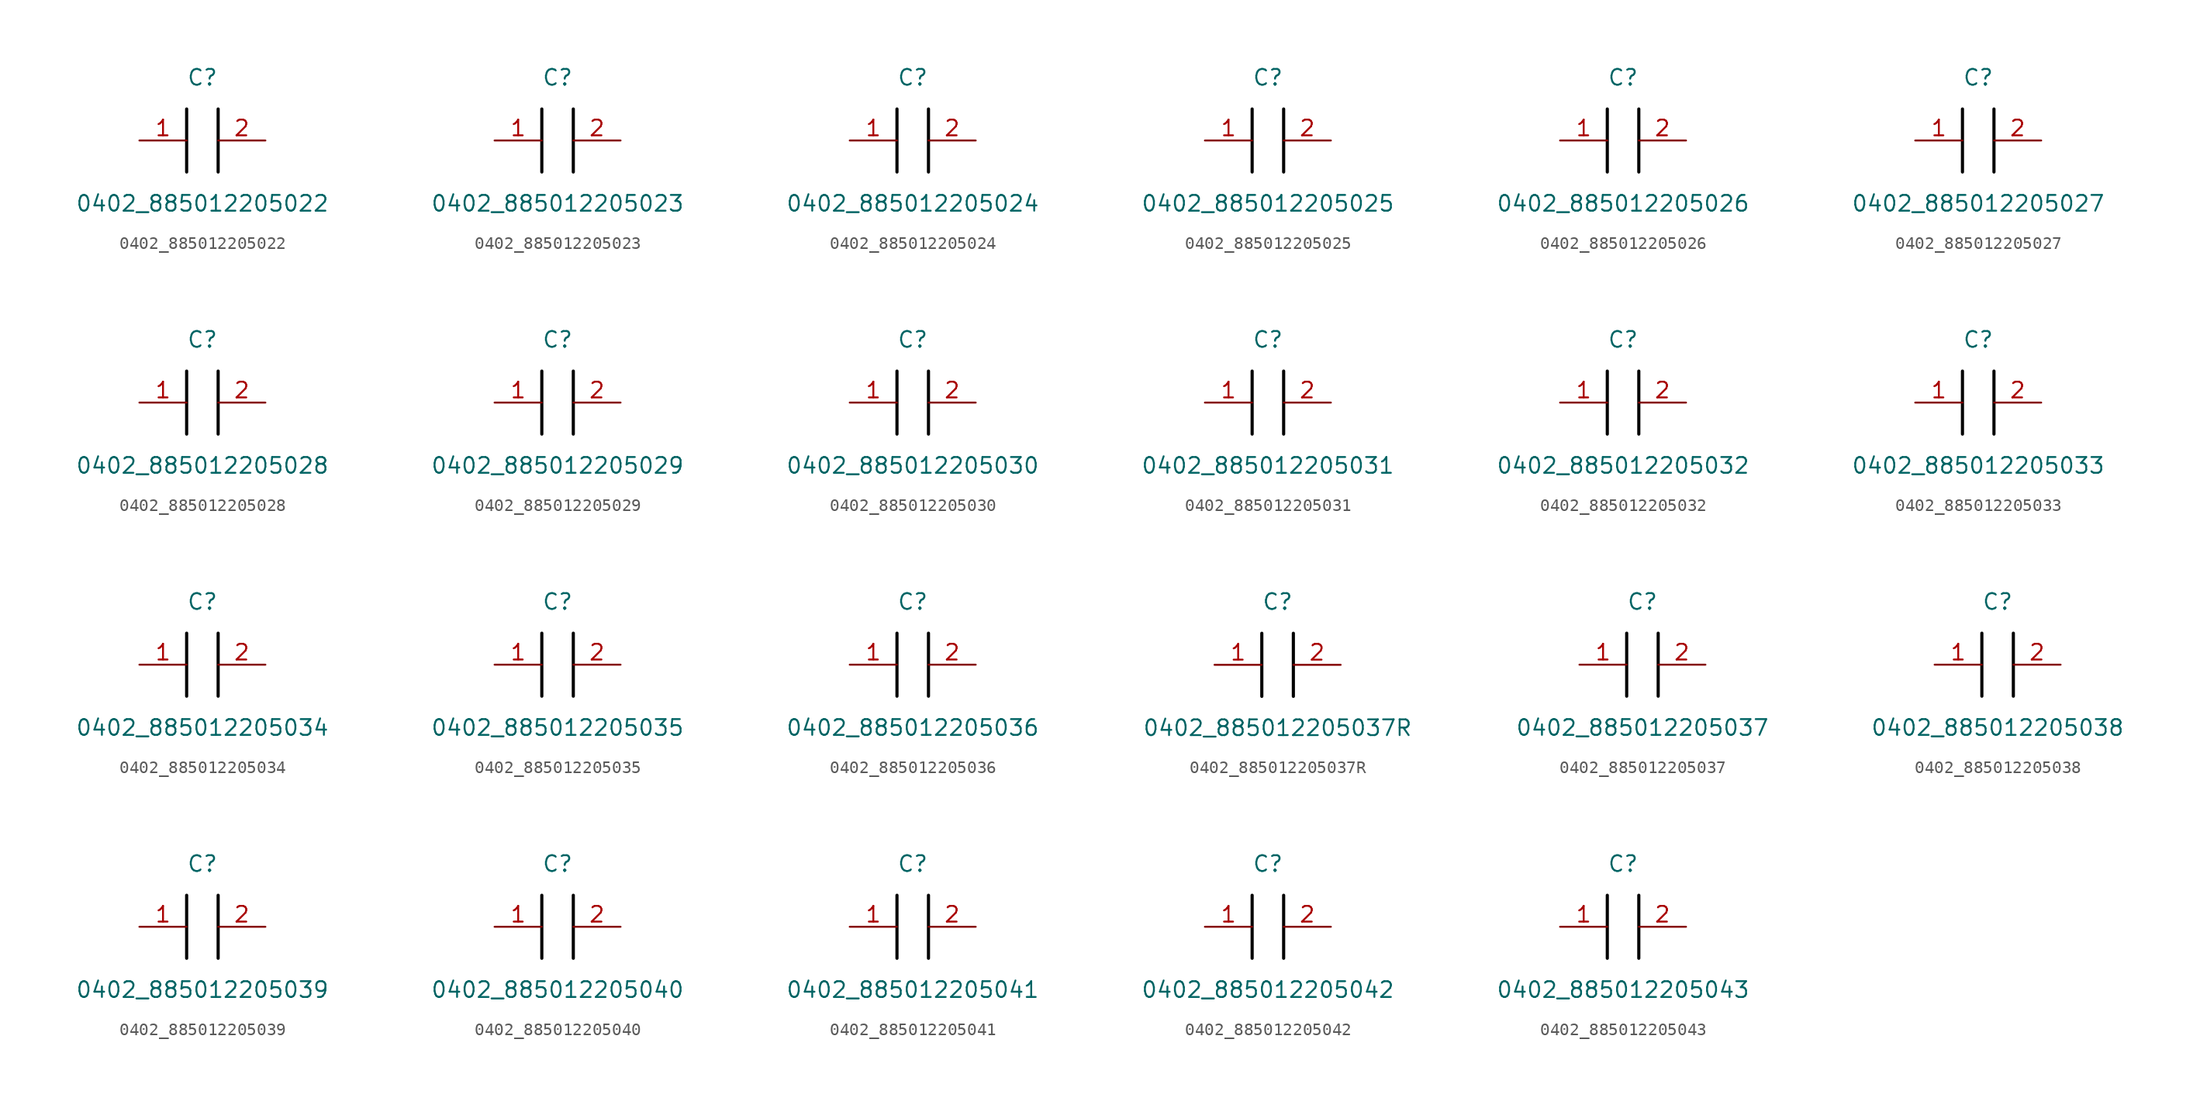
<source format=kicad_sym>
(kicad_symbol_lib
  (version 20220914)
  (generator kicad_symbol_editor)
  (symbol "0402_885012205022"
    (pin_names hide)
    (property "Reference" "C"
      (at 0 5.08 0)
      (effects (font (size 1.27 1.27))))
    (property "Value" "0402_885012205022"
      (at 0 -5.08 0)
      (effects (font (size 1.27 1.27))))
    (symbol "0402_885012205022_1_1"
      (polyline (pts (xy -1.27 2.54) (xy -1.27 -2.54)) (stroke (width 0.254) (type default) (color 0 0 0 1)) (fill (type none)))
      (polyline (pts (xy 1.27 2.54) (xy 1.27 -2.54)) (stroke (width 0.254) (type default) (color 0 0 0 1)) (fill (type none)))
      (pin passive line (at -5.08 0 0) (length 3.81) (name "1" (effects (font (size 1.27 1.27)))) (number "1" (effects (font (size 1.27 1.27)))))
      (pin passive line (at 5.08 0 180) (length 3.81) (name "2" (effects (font (size 1.27 1.27)))) (number "2" (effects (font (size 1.27 1.27)))))))
  (symbol "0402_885012205023"
    (pin_names hide)
    (property "Reference" "C"
      (at 0 5.08 0)
      (effects (font (size 1.27 1.27))))
    (property "Value" "0402_885012205023"
      (at 0 -5.08 0)
      (effects (font (size 1.27 1.27))))
    (symbol "0402_885012205023_1_1"
      (polyline (pts (xy -1.27 2.54) (xy -1.27 -2.54)) (stroke (width 0.254) (type default) (color 0 0 0 1)) (fill (type none)))
      (polyline (pts (xy 1.27 2.54) (xy 1.27 -2.54)) (stroke (width 0.254) (type default) (color 0 0 0 1)) (fill (type none)))
      (pin passive line (at -5.08 0 0) (length 3.81) (name "1" (effects (font (size 1.27 1.27)))) (number "1" (effects (font (size 1.27 1.27)))))
      (pin passive line (at 5.08 0 180) (length 3.81) (name "2" (effects (font (size 1.27 1.27)))) (number "2" (effects (font (size 1.27 1.27)))))))
  (symbol "0402_885012205024"
    (pin_names hide)
    (property "Reference" "C"
      (at 0 5.08 0)
      (effects (font (size 1.27 1.27))))
    (property "Value" "0402_885012205024"
      (at 0 -5.08 0)
      (effects (font (size 1.27 1.27))))
    (symbol "0402_885012205024_1_1"
      (polyline (pts (xy -1.27 2.54) (xy -1.27 -2.54)) (stroke (width 0.254) (type default) (color 0 0 0 1)) (fill (type none)))
      (polyline (pts (xy 1.27 2.54) (xy 1.27 -2.54)) (stroke (width 0.254) (type default) (color 0 0 0 1)) (fill (type none)))
      (pin passive line (at -5.08 0 0) (length 3.81) (name "1" (effects (font (size 1.27 1.27)))) (number "1" (effects (font (size 1.27 1.27)))))
      (pin passive line (at 5.08 0 180) (length 3.81) (name "2" (effects (font (size 1.27 1.27)))) (number "2" (effects (font (size 1.27 1.27)))))))
  (symbol "0402_885012205025"
    (pin_names hide)
    (property "Reference" "C"
      (at 0 5.08 0)
      (effects (font (size 1.27 1.27))))
    (property "Value" "0402_885012205025"
      (at 0 -5.08 0)
      (effects (font (size 1.27 1.27))))
    (symbol "0402_885012205025_1_1"
      (polyline (pts (xy -1.27 2.54) (xy -1.27 -2.54)) (stroke (width 0.254) (type default) (color 0 0 0 1)) (fill (type none)))
      (polyline (pts (xy 1.27 2.54) (xy 1.27 -2.54)) (stroke (width 0.254) (type default) (color 0 0 0 1)) (fill (type none)))
      (pin passive line (at -5.08 0 0) (length 3.81) (name "1" (effects (font (size 1.27 1.27)))) (number "1" (effects (font (size 1.27 1.27)))))
      (pin passive line (at 5.08 0 180) (length 3.81) (name "2" (effects (font (size 1.27 1.27)))) (number "2" (effects (font (size 1.27 1.27)))))))
  (symbol "0402_885012205026"
    (pin_names hide)
    (property "Reference" "C"
      (at 0 5.08 0)
      (effects (font (size 1.27 1.27))))
    (property "Value" "0402_885012205026"
      (at 0 -5.08 0)
      (effects (font (size 1.27 1.27))))
    (symbol "0402_885012205026_1_1"
      (polyline (pts (xy -1.27 2.54) (xy -1.27 -2.54)) (stroke (width 0.254) (type default) (color 0 0 0 1)) (fill (type none)))
      (polyline (pts (xy 1.27 2.54) (xy 1.27 -2.54)) (stroke (width 0.254) (type default) (color 0 0 0 1)) (fill (type none)))
      (pin passive line (at -5.08 0 0) (length 3.81) (name "1" (effects (font (size 1.27 1.27)))) (number "1" (effects (font (size 1.27 1.27)))))
      (pin passive line (at 5.08 0 180) (length 3.81) (name "2" (effects (font (size 1.27 1.27)))) (number "2" (effects (font (size 1.27 1.27)))))))
  (symbol "0402_885012205027"
    (pin_names hide)
    (property "Reference" "C"
      (at 0 5.08 0)
      (effects (font (size 1.27 1.27))))
    (property "Value" "0402_885012205027"
      (at 0 -5.08 0)
      (effects (font (size 1.27 1.27))))
    (symbol "0402_885012205027_1_1"
      (polyline (pts (xy -1.27 2.54) (xy -1.27 -2.54)) (stroke (width 0.254) (type default) (color 0 0 0 1)) (fill (type none)))
      (polyline (pts (xy 1.27 2.54) (xy 1.27 -2.54)) (stroke (width 0.254) (type default) (color 0 0 0 1)) (fill (type none)))
      (pin passive line (at -5.08 0 0) (length 3.81) (name "1" (effects (font (size 1.27 1.27)))) (number "1" (effects (font (size 1.27 1.27)))))
      (pin passive line (at 5.08 0 180) (length 3.81) (name "2" (effects (font (size 1.27 1.27)))) (number "2" (effects (font (size 1.27 1.27)))))))
  (symbol "0402_885012205028"
    (pin_names hide)
    (property "Reference" "C"
      (at 0 5.08 0)
      (effects (font (size 1.27 1.27))))
    (property "Value" "0402_885012205028"
      (at 0 -5.08 0)
      (effects (font (size 1.27 1.27))))
    (symbol "0402_885012205028_1_1"
      (polyline (pts (xy -1.27 2.54) (xy -1.27 -2.54)) (stroke (width 0.254) (type default) (color 0 0 0 1)) (fill (type none)))
      (polyline (pts (xy 1.27 2.54) (xy 1.27 -2.54)) (stroke (width 0.254) (type default) (color 0 0 0 1)) (fill (type none)))
      (pin passive line (at -5.08 0 0) (length 3.81) (name "1" (effects (font (size 1.27 1.27)))) (number "1" (effects (font (size 1.27 1.27)))))
      (pin passive line (at 5.08 0 180) (length 3.81) (name "2" (effects (font (size 1.27 1.27)))) (number "2" (effects (font (size 1.27 1.27)))))))
  (symbol "0402_885012205029"
    (pin_names hide)
    (property "Reference" "C"
      (at 0 5.08 0)
      (effects (font (size 1.27 1.27))))
    (property "Value" "0402_885012205029"
      (at 0 -5.08 0)
      (effects (font (size 1.27 1.27))))
    (symbol "0402_885012205029_1_1"
      (polyline (pts (xy -1.27 2.54) (xy -1.27 -2.54)) (stroke (width 0.254) (type default) (color 0 0 0 1)) (fill (type none)))
      (polyline (pts (xy 1.27 2.54) (xy 1.27 -2.54)) (stroke (width 0.254) (type default) (color 0 0 0 1)) (fill (type none)))
      (pin passive line (at -5.08 0 0) (length 3.81) (name "1" (effects (font (size 1.27 1.27)))) (number "1" (effects (font (size 1.27 1.27)))))
      (pin passive line (at 5.08 0 180) (length 3.81) (name "2" (effects (font (size 1.27 1.27)))) (number "2" (effects (font (size 1.27 1.27)))))))
  (symbol "0402_885012205030"
    (pin_names hide)
    (property "Reference" "C"
      (at 0 5.08 0)
      (effects (font (size 1.27 1.27))))
    (property "Value" "0402_885012205030"
      (at 0 -5.08 0)
      (effects (font (size 1.27 1.27))))
    (symbol "0402_885012205030_1_1"
      (polyline (pts (xy -1.27 2.54) (xy -1.27 -2.54)) (stroke (width 0.254) (type default) (color 0 0 0 1)) (fill (type none)))
      (polyline (pts (xy 1.27 2.54) (xy 1.27 -2.54)) (stroke (width 0.254) (type default) (color 0 0 0 1)) (fill (type none)))
      (pin passive line (at -5.08 0 0) (length 3.81) (name "1" (effects (font (size 1.27 1.27)))) (number "1" (effects (font (size 1.27 1.27)))))
      (pin passive line (at 5.08 0 180) (length 3.81) (name "2" (effects (font (size 1.27 1.27)))) (number "2" (effects (font (size 1.27 1.27)))))))
  (symbol "0402_885012205031"
    (pin_names hide)
    (property "Reference" "C"
      (at 0 5.08 0)
      (effects (font (size 1.27 1.27))))
    (property "Value" "0402_885012205031"
      (at 0 -5.08 0)
      (effects (font (size 1.27 1.27))))
    (symbol "0402_885012205031_1_1"
      (polyline (pts (xy -1.27 2.54) (xy -1.27 -2.54)) (stroke (width 0.254) (type default) (color 0 0 0 1)) (fill (type none)))
      (polyline (pts (xy 1.27 2.54) (xy 1.27 -2.54)) (stroke (width 0.254) (type default) (color 0 0 0 1)) (fill (type none)))
      (pin passive line (at -5.08 0 0) (length 3.81) (name "1" (effects (font (size 1.27 1.27)))) (number "1" (effects (font (size 1.27 1.27)))))
      (pin passive line (at 5.08 0 180) (length 3.81) (name "2" (effects (font (size 1.27 1.27)))) (number "2" (effects (font (size 1.27 1.27)))))))
  (symbol "0402_885012205032"
    (pin_names hide)
    (property "Reference" "C"
      (at 0 5.08 0)
      (effects (font (size 1.27 1.27))))
    (property "Value" "0402_885012205032"
      (at 0 -5.08 0)
      (effects (font (size 1.27 1.27))))
    (symbol "0402_885012205032_1_1"
      (polyline (pts (xy -1.27 2.54) (xy -1.27 -2.54)) (stroke (width 0.254) (type default) (color 0 0 0 1)) (fill (type none)))
      (polyline (pts (xy 1.27 2.54) (xy 1.27 -2.54)) (stroke (width 0.254) (type default) (color 0 0 0 1)) (fill (type none)))
      (pin passive line (at -5.08 0 0) (length 3.81) (name "1" (effects (font (size 1.27 1.27)))) (number "1" (effects (font (size 1.27 1.27)))))
      (pin passive line (at 5.08 0 180) (length 3.81) (name "2" (effects (font (size 1.27 1.27)))) (number "2" (effects (font (size 1.27 1.27)))))))
  (symbol "0402_885012205033"
    (pin_names hide)
    (property "Reference" "C"
      (at 0 5.08 0)
      (effects (font (size 1.27 1.27))))
    (property "Value" "0402_885012205033"
      (at 0 -5.08 0)
      (effects (font (size 1.27 1.27))))
    (symbol "0402_885012205033_1_1"
      (polyline (pts (xy -1.27 2.54) (xy -1.27 -2.54)) (stroke (width 0.254) (type default) (color 0 0 0 1)) (fill (type none)))
      (polyline (pts (xy 1.27 2.54) (xy 1.27 -2.54)) (stroke (width 0.254) (type default) (color 0 0 0 1)) (fill (type none)))
      (pin passive line (at -5.08 0 0) (length 3.81) (name "1" (effects (font (size 1.27 1.27)))) (number "1" (effects (font (size 1.27 1.27)))))
      (pin passive line (at 5.08 0 180) (length 3.81) (name "2" (effects (font (size 1.27 1.27)))) (number "2" (effects (font (size 1.27 1.27)))))))
  (symbol "0402_885012205034"
    (pin_names hide)
    (property "Reference" "C"
      (at 0 5.08 0)
      (effects (font (size 1.27 1.27))))
    (property "Value" "0402_885012205034"
      (at 0 -5.08 0)
      (effects (font (size 1.27 1.27))))
    (symbol "0402_885012205034_1_1"
      (polyline (pts (xy -1.27 2.54) (xy -1.27 -2.54)) (stroke (width 0.254) (type default) (color 0 0 0 1)) (fill (type none)))
      (polyline (pts (xy 1.27 2.54) (xy 1.27 -2.54)) (stroke (width 0.254) (type default) (color 0 0 0 1)) (fill (type none)))
      (pin passive line (at -5.08 0 0) (length 3.81) (name "1" (effects (font (size 1.27 1.27)))) (number "1" (effects (font (size 1.27 1.27)))))
      (pin passive line (at 5.08 0 180) (length 3.81) (name "2" (effects (font (size 1.27 1.27)))) (number "2" (effects (font (size 1.27 1.27)))))))
  (symbol "0402_885012205035"
    (pin_names hide)
    (property "Reference" "C"
      (at 0 5.08 0)
      (effects (font (size 1.27 1.27))))
    (property "Value" "0402_885012205035"
      (at 0 -5.08 0)
      (effects (font (size 1.27 1.27))))
    (symbol "0402_885012205035_1_1"
      (polyline (pts (xy -1.27 2.54) (xy -1.27 -2.54)) (stroke (width 0.254) (type default) (color 0 0 0 1)) (fill (type none)))
      (polyline (pts (xy 1.27 2.54) (xy 1.27 -2.54)) (stroke (width 0.254) (type default) (color 0 0 0 1)) (fill (type none)))
      (pin passive line (at -5.08 0 0) (length 3.81) (name "1" (effects (font (size 1.27 1.27)))) (number "1" (effects (font (size 1.27 1.27)))))
      (pin passive line (at 5.08 0 180) (length 3.81) (name "2" (effects (font (size 1.27 1.27)))) (number "2" (effects (font (size 1.27 1.27)))))))
  (symbol "0402_885012205036"
    (pin_names hide)
    (property "Reference" "C"
      (at 0 5.08 0)
      (effects (font (size 1.27 1.27))))
    (property "Value" "0402_885012205036"
      (at 0 -5.08 0)
      (effects (font (size 1.27 1.27))))
    (symbol "0402_885012205036_1_1"
      (polyline (pts (xy -1.27 2.54) (xy -1.27 -2.54)) (stroke (width 0.254) (type default) (color 0 0 0 1)) (fill (type none)))
      (polyline (pts (xy 1.27 2.54) (xy 1.27 -2.54)) (stroke (width 0.254) (type default) (color 0 0 0 1)) (fill (type none)))
      (pin passive line (at -5.08 0 0) (length 3.81) (name "1" (effects (font (size 1.27 1.27)))) (number "1" (effects (font (size 1.27 1.27)))))
      (pin passive line (at 5.08 0 180) (length 3.81) (name "2" (effects (font (size 1.27 1.27)))) (number "2" (effects (font (size 1.27 1.27)))))))
  (symbol "0402_885012205037R"
    (pin_names hide)
    (property "Reference" "C"
      (at 0 5.08 0)
      (effects (font (size 1.27 1.27))))
    (property "Value" "0402_885012205037R"
      (at 0 -5.08 0)
      (effects (font (size 1.27 1.27))))
    (symbol "0402_885012205037R_1_1"
      (polyline (pts (xy -1.27 2.54) (xy -1.27 -2.54)) (stroke (width 0.254) (type default) (color 0 0 0 1)) (fill (type none)))
      (polyline (pts (xy 1.27 2.54) (xy 1.27 -2.54)) (stroke (width 0.254) (type default) (color 0 0 0 1)) (fill (type none)))
      (pin passive line (at -5.08 0 0) (length 3.81) (name "1" (effects (font (size 1.27 1.27)))) (number "1" (effects (font (size 1.27 1.27)))))
      (pin passive line (at 5.08 0 180) (length 3.81) (name "2" (effects (font (size 1.27 1.27)))) (number "2" (effects (font (size 1.27 1.27)))))))
  (symbol "0402_885012205037"
    (pin_names hide)
    (property "Reference" "C"
      (at 0 5.08 0)
      (effects (font (size 1.27 1.27))))
    (property "Value" "0402_885012205037"
      (at 0 -5.08 0)
      (effects (font (size 1.27 1.27))))
    (symbol "0402_885012205037_1_1"
      (polyline (pts (xy -1.27 2.54) (xy -1.27 -2.54)) (stroke (width 0.254) (type default) (color 0 0 0 1)) (fill (type none)))
      (polyline (pts (xy 1.27 2.54) (xy 1.27 -2.54)) (stroke (width 0.254) (type default) (color 0 0 0 1)) (fill (type none)))
      (pin passive line (at -5.08 0 0) (length 3.81) (name "1" (effects (font (size 1.27 1.27)))) (number "1" (effects (font (size 1.27 1.27)))))
      (pin passive line (at 5.08 0 180) (length 3.81) (name "2" (effects (font (size 1.27 1.27)))) (number "2" (effects (font (size 1.27 1.27)))))))
  (symbol "0402_885012205038"
    (pin_names hide)
    (property "Reference" "C"
      (at 0 5.08 0)
      (effects (font (size 1.27 1.27))))
    (property "Value" "0402_885012205038"
      (at 0 -5.08 0)
      (effects (font (size 1.27 1.27))))
    (symbol "0402_885012205038_1_1"
      (polyline (pts (xy -1.27 2.54) (xy -1.27 -2.54)) (stroke (width 0.254) (type default) (color 0 0 0 1)) (fill (type none)))
      (polyline (pts (xy 1.27 2.54) (xy 1.27 -2.54)) (stroke (width 0.254) (type default) (color 0 0 0 1)) (fill (type none)))
      (pin passive line (at -5.08 0 0) (length 3.81) (name "1" (effects (font (size 1.27 1.27)))) (number "1" (effects (font (size 1.27 1.27)))))
      (pin passive line (at 5.08 0 180) (length 3.81) (name "2" (effects (font (size 1.27 1.27)))) (number "2" (effects (font (size 1.27 1.27)))))))
  (symbol "0402_885012205039"
    (pin_names hide)
    (property "Reference" "C"
      (at 0 5.08 0)
      (effects (font (size 1.27 1.27))))
    (property "Value" "0402_885012205039"
      (at 0 -5.08 0)
      (effects (font (size 1.27 1.27))))
    (symbol "0402_885012205039_1_1"
      (polyline (pts (xy -1.27 2.54) (xy -1.27 -2.54)) (stroke (width 0.254) (type default) (color 0 0 0 1)) (fill (type none)))
      (polyline (pts (xy 1.27 2.54) (xy 1.27 -2.54)) (stroke (width 0.254) (type default) (color 0 0 0 1)) (fill (type none)))
      (pin passive line (at -5.08 0 0) (length 3.81) (name "1" (effects (font (size 1.27 1.27)))) (number "1" (effects (font (size 1.27 1.27)))))
      (pin passive line (at 5.08 0 180) (length 3.81) (name "2" (effects (font (size 1.27 1.27)))) (number "2" (effects (font (size 1.27 1.27)))))))
  (symbol "0402_885012205040"
    (pin_names hide)
    (property "Reference" "C"
      (at 0 5.08 0)
      (effects (font (size 1.27 1.27))))
    (property "Value" "0402_885012205040"
      (at 0 -5.08 0)
      (effects (font (size 1.27 1.27))))
    (symbol "0402_885012205040_1_1"
      (polyline (pts (xy -1.27 2.54) (xy -1.27 -2.54)) (stroke (width 0.254) (type default) (color 0 0 0 1)) (fill (type none)))
      (polyline (pts (xy 1.27 2.54) (xy 1.27 -2.54)) (stroke (width 0.254) (type default) (color 0 0 0 1)) (fill (type none)))
      (pin passive line (at -5.08 0 0) (length 3.81) (name "1" (effects (font (size 1.27 1.27)))) (number "1" (effects (font (size 1.27 1.27)))))
      (pin passive line (at 5.08 0 180) (length 3.81) (name "2" (effects (font (size 1.27 1.27)))) (number "2" (effects (font (size 1.27 1.27)))))))
  (symbol "0402_885012205041"
    (pin_names hide)
    (property "Reference" "C"
      (at 0 5.08 0)
      (effects (font (size 1.27 1.27))))
    (property "Value" "0402_885012205041"
      (at 0 -5.08 0)
      (effects (font (size 1.27 1.27))))
    (symbol "0402_885012205041_1_1"
      (polyline (pts (xy -1.27 2.54) (xy -1.27 -2.54)) (stroke (width 0.254) (type default) (color 0 0 0 1)) (fill (type none)))
      (polyline (pts (xy 1.27 2.54) (xy 1.27 -2.54)) (stroke (width 0.254) (type default) (color 0 0 0 1)) (fill (type none)))
      (pin passive line (at -5.08 0 0) (length 3.81) (name "1" (effects (font (size 1.27 1.27)))) (number "1" (effects (font (size 1.27 1.27)))))
      (pin passive line (at 5.08 0 180) (length 3.81) (name "2" (effects (font (size 1.27 1.27)))) (number "2" (effects (font (size 1.27 1.27)))))))
  (symbol "0402_885012205042"
    (pin_names hide)
    (property "Reference" "C"
      (at 0 5.08 0)
      (effects (font (size 1.27 1.27))))
    (property "Value" "0402_885012205042"
      (at 0 -5.08 0)
      (effects (font (size 1.27 1.27))))
    (symbol "0402_885012205042_1_1"
      (polyline (pts (xy -1.27 2.54) (xy -1.27 -2.54)) (stroke (width 0.254) (type default) (color 0 0 0 1)) (fill (type none)))
      (polyline (pts (xy 1.27 2.54) (xy 1.27 -2.54)) (stroke (width 0.254) (type default) (color 0 0 0 1)) (fill (type none)))
      (pin passive line (at -5.08 0 0) (length 3.81) (name "1" (effects (font (size 1.27 1.27)))) (number "1" (effects (font (size 1.27 1.27)))))
      (pin passive line (at 5.08 0 180) (length 3.81) (name "2" (effects (font (size 1.27 1.27)))) (number "2" (effects (font (size 1.27 1.27)))))))
  (symbol "0402_885012205043"
    (pin_names hide)
    (property "Reference" "C"
      (at 0 5.08 0)
      (effects (font (size 1.27 1.27))))
    (property "Value" "0402_885012205043"
      (at 0 -5.08 0)
      (effects (font (size 1.27 1.27))))
    (symbol "0402_885012205043_1_1"
      (polyline (pts (xy -1.27 2.54) (xy -1.27 -2.54)) (stroke (width 0.254) (type default) (color 0 0 0 1)) (fill (type none)))
      (polyline (pts (xy 1.27 2.54) (xy 1.27 -2.54)) (stroke (width 0.254) (type default) (color 0 0 0 1)) (fill (type none)))
      (pin passive line (at -5.08 0 0) (length 3.81) (name "1" (effects (font (size 1.27 1.27)))) (number "1" (effects (font (size 1.27 1.27)))))
      (pin passive line (at 5.08 0 180) (length 3.81) (name "2" (effects (font (size 1.27 1.27)))) (number "2" (effects (font (size 1.27 1.27))))))))
</source>
